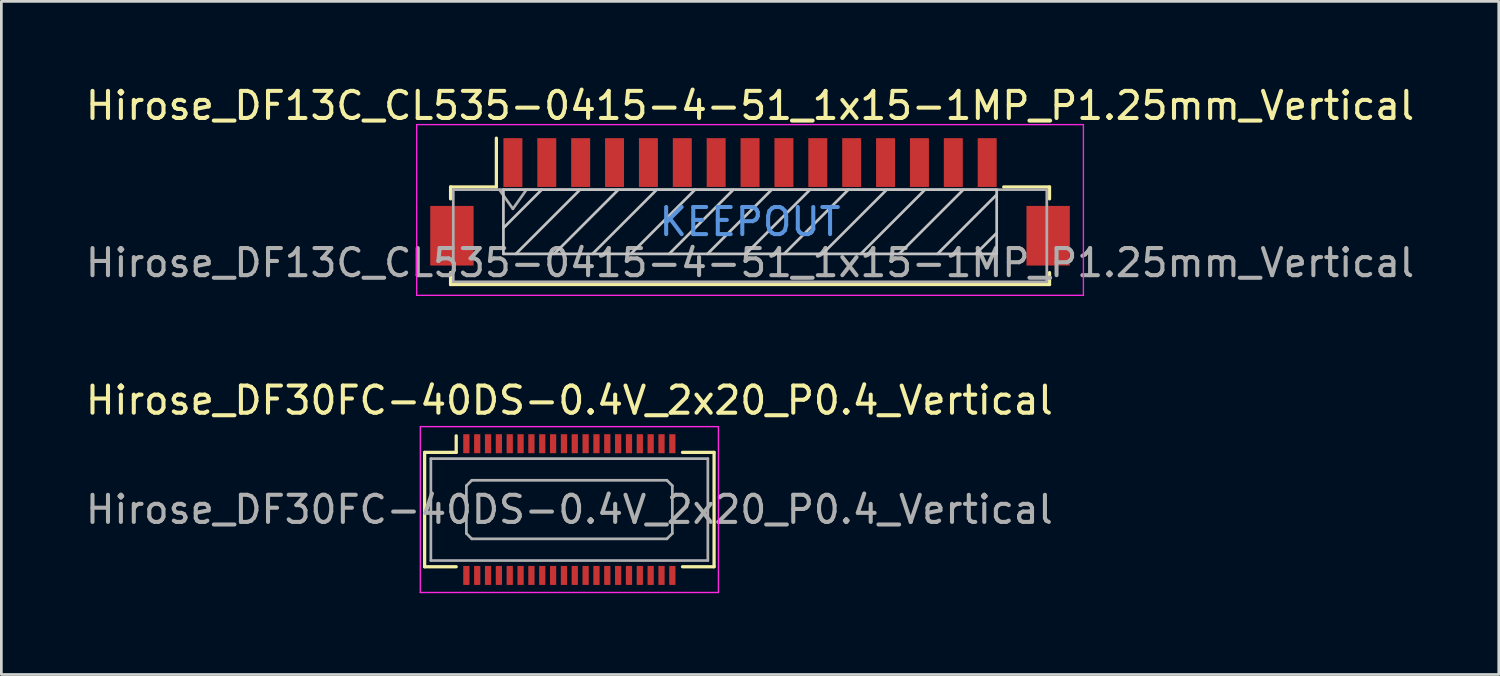
<source format=kicad_pcb>
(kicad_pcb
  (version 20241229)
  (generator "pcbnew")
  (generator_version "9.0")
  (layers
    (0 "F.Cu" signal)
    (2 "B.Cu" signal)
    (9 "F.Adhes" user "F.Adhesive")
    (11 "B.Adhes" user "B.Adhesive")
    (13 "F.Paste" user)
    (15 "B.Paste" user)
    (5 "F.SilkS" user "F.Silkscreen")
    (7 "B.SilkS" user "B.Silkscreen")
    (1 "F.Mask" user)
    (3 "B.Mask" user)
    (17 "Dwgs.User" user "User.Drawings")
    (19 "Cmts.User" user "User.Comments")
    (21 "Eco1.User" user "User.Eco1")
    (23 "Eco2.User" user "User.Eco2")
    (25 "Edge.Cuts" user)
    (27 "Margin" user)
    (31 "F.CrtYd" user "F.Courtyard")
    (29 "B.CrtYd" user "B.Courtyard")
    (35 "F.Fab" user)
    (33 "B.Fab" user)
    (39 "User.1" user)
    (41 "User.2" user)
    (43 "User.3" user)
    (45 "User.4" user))
  (footprint "Hirose_DF13C_CL535-0415-4-51_1x15-1MP_P1.25mm_Vertical"
    (layer "F.Cu")
    (at 24.625 4.398)
    (property "Reference" "Hirose_DF13C_CL535-0415-4-51_1x15-1MP_P1.25mm_Vertical" (at 0 -3.55 0) (layer "F.SilkS") (effects (font (size 1 1) (thickness 0.15))))
    (attr smd)
    (fp_line (start -11.05 -0.55) (end -11.05 -0.11) (stroke (width 0.12) (type solid)) (layer "F.SilkS"))
    (fp_line (start -11.05 2.61) (end -11.05 3.05) (stroke (width 0.12) (type solid)) (layer "F.SilkS"))
    (fp_line (start -11.05 3.05) (end 11.05 3.05) (stroke (width 0.12) (type solid)) (layer "F.SilkS"))
    (fp_line (start -9.36 -0.55) (end -11.05 -0.55) (stroke (width 0.12) (type solid)) (layer "F.SilkS"))
    (fp_line (start -9.36 -0.55) (end -9.36 -2.35) (stroke (width 0.12) (type solid)) (layer "F.SilkS"))
    (fp_line (start 9.36 -0.55) (end 11.05 -0.55) (stroke (width 0.12) (type solid)) (layer "F.SilkS"))
    (fp_line (start 11.05 -0.55) (end 11.05 -0.11) (stroke (width 0.12) (type solid)) (layer "F.SilkS"))
    (fp_line (start 11.05 3.05) (end 11.05 2.61) (stroke (width 0.12) (type solid)) (layer "F.SilkS"))
    (fp_line (start -9.1 -0.45) (end -9.1 1.92) (stroke (width 0.1) (type solid)) (layer "Dwgs.User"))
    (fp_line (start -9.1 1.92) (end 9.1 1.92) (stroke (width 0.1) (type solid)) (layer "Dwgs.User"))
    (fp_line (start -7.686 -0.45) (end -9.1 0.964) (stroke (width 0.1) (type solid)) (layer "Dwgs.User"))
    (fp_line (start -6.272 -0.45) (end -8.642 1.92) (stroke (width 0.1) (type solid)) (layer "Dwgs.User"))
    (fp_line (start -4.857 -0.45) (end -7.227 1.92) (stroke (width 0.1) (type solid)) (layer "Dwgs.User"))
    (fp_line (start -3.443 -0.45) (end -5.813 1.92) (stroke (width 0.1) (type solid)) (layer "Dwgs.User"))
    (fp_line (start -2.029 -0.45) (end -4.399 1.92) (stroke (width 0.1) (type solid)) (layer "Dwgs.User"))
    (fp_line (start -0.615 -0.45) (end -2.985 1.92) (stroke (width 0.1) (type solid)) (layer "Dwgs.User"))
    (fp_line (start 0.799 -0.45) (end -1.571 1.92) (stroke (width 0.1) (type solid)) (layer "Dwgs.User"))
    (fp_line (start 2.214 -0.45) (end -0.156 1.92) (stroke (width 0.1) (type solid)) (layer "Dwgs.User"))
    (fp_line (start 3.628 -0.45) (end 1.258 1.92) (stroke (width 0.1) (type solid)) (layer "Dwgs.User"))
    (fp_line (start 5.042 -0.45) (end 2.672 1.92) (stroke (width 0.1) (type solid)) (layer "Dwgs.User"))
    (fp_line (start 6.456 -0.45) (end 4.086 1.92) (stroke (width 0.1) (type solid)) (layer "Dwgs.User"))
    (fp_line (start 7.871 -0.45) (end 5.501 1.92) (stroke (width 0.1) (type solid)) (layer "Dwgs.User"))
    (fp_line (start 9.1 -0.45) (end -9.1 -0.45) (stroke (width 0.1) (type solid)) (layer "Dwgs.User"))
    (fp_line (start 9.1 -0.265) (end 6.915 1.92) (stroke (width 0.1) (type solid)) (layer "Dwgs.User"))
    (fp_line (start 9.1 1.149) (end 8.329 1.92) (stroke (width 0.1) (type solid)) (layer "Dwgs.User"))
    (fp_line (start 9.1 1.92) (end 9.1 -0.45) (stroke (width 0.1) (type solid)) (layer "Dwgs.User"))
    (fp_line (start -12.3 -2.85) (end -12.3 3.45) (stroke (width 0.05) (type solid)) (layer "F.CrtYd"))
    (fp_line (start -12.3 3.45) (end 12.3 3.45) (stroke (width 0.05) (type solid)) (layer "F.CrtYd"))
    (fp_line (start 12.3 -2.85) (end -12.3 -2.85) (stroke (width 0.05) (type solid)) (layer "F.CrtYd"))
    (fp_line (start 12.3 3.45) (end 12.3 -2.85) (stroke (width 0.05) (type solid)) (layer "F.CrtYd"))
    (fp_line (start -10.95 -0.45) (end -10.95 2.95) (stroke (width 0.1) (type solid)) (layer "F.Fab"))
    (fp_line (start -10.95 2.95) (end 10.95 2.95) (stroke (width 0.1) (type solid)) (layer "F.Fab"))
    (fp_line (start -9.25 -0.45) (end -8.75 0.257) (stroke (width 0.1) (type solid)) (layer "F.Fab"))
    (fp_line (start -8.75 0.257) (end -8.25 -0.45) (stroke (width 0.1) (type solid)) (layer "F.Fab"))
    (fp_line (start 10.95 -0.45) (end -10.95 -0.45) (stroke (width 0.1) (type solid)) (layer "F.Fab"))
    (fp_line (start 10.95 2.95) (end 10.95 -0.45) (stroke (width 0.1) (type solid)) (layer "F.Fab"))
    (fp_text user "KEEPOUT" (at 0 0.735 0) (layer "Cmts.User") (effects (font (size 1 1) (thickness 0.15))))
    (fp_text user "${REFERENCE}" (at 0 2.25 0) (layer "F.Fab") (effects (font (size 1 1) (thickness 0.15))))
    (pad "1" smd rect (at -8.75 -1.45) (size 0.7 1.8) (layers "F.Cu" "F.Mask" "F.Paste"))
    (pad "2" smd rect (at -7.5 -1.45) (size 0.7 1.8) (layers "F.Cu" "F.Mask" "F.Paste"))
    (pad "3" smd rect (at -6.25 -1.45) (size 0.7 1.8) (layers "F.Cu" "F.Mask" "F.Paste"))
    (pad "4" smd rect (at -5 -1.45) (size 0.7 1.8) (layers "F.Cu" "F.Mask" "F.Paste"))
    (pad "5" smd rect (at -3.75 -1.45) (size 0.7 1.8) (layers "F.Cu" "F.Mask" "F.Paste"))
    (pad "6" smd rect (at -2.5 -1.45) (size 0.7 1.8) (layers "F.Cu" "F.Mask" "F.Paste"))
    (pad "7" smd rect (at -1.25 -1.45) (size 0.7 1.8) (layers "F.Cu" "F.Mask" "F.Paste"))
    (pad "8" smd rect (at 0 -1.45) (size 0.7 1.8) (layers "F.Cu" "F.Mask" "F.Paste"))
    (pad "9" smd rect (at 1.25 -1.45) (size 0.7 1.8) (layers "F.Cu" "F.Mask" "F.Paste"))
    (pad "10" smd rect (at 2.5 -1.45) (size 0.7 1.8) (layers "F.Cu" "F.Mask" "F.Paste"))
    (pad "11" smd rect (at 3.75 -1.45) (size 0.7 1.8) (layers "F.Cu" "F.Mask" "F.Paste"))
    (pad "12" smd rect (at 5 -1.45) (size 0.7 1.8) (layers "F.Cu" "F.Mask" "F.Paste"))
    (pad "13" smd rect (at 6.25 -1.45) (size 0.7 1.8) (layers "F.Cu" "F.Mask" "F.Paste"))
    (pad "14" smd rect (at 7.5 -1.45) (size 0.7 1.8) (layers "F.Cu" "F.Mask" "F.Paste"))
    (pad "15" smd rect (at 8.75 -1.45) (size 0.7 1.8) (layers "F.Cu" "F.Mask" "F.Paste"))
    (pad "MP" smd rect (at -11 1.25) (size 1.6 2.2) (layers "F.Cu" "F.Mask" "F.Paste"))
    (pad "MP" smd rect (at 11 1.25) (size 1.6 2.2) (layers "F.Cu" "F.Mask" "F.Paste")))
  (footprint "Hirose_DF30FC-40DS-0.4V_2x20_P0.4_Vertical"
    (layer "F.Cu")
    (at 17.958 15.752)
    (property "Reference" "Hirose_DF30FC-40DS-0.4V_2x20_P0.4_Vertical" (at 0 -4.03 0) (layer "F.SilkS") (effects (font (size 1 1) (thickness 0.15))))
    (attr smd)
    (fp_line (start -5.34 -2.11) (end -5.34 2.11) (stroke (width 0.12) (type solid)) (layer "F.SilkS"))
    (fp_line (start -5.34 2.11) (end -4.175 2.11) (stroke (width 0.12) (type solid)) (layer "F.SilkS"))
    (fp_line (start -4.175 -2.11) (end -5.34 -2.11) (stroke (width 0.12) (type solid)) (layer "F.SilkS"))
    (fp_line (start -4.175 -2.11) (end -4.175 -2.72) (stroke (width 0.12) (type solid)) (layer "F.SilkS"))
    (fp_line (start 4.175 -2.11) (end 5.34 -2.11) (stroke (width 0.12) (type solid)) (layer "F.SilkS"))
    (fp_line (start 5.34 -2.11) (end 5.34 2.11) (stroke (width 0.12) (type solid)) (layer "F.SilkS"))
    (fp_line (start 5.34 2.11) (end 4.175 2.11) (stroke (width 0.12) (type solid)) (layer "F.SilkS"))
    (fp_line (start -5.5 -3.06) (end 5.5 -3.06) (stroke (width 0.05) (type solid)) (layer "F.CrtYd"))
    (fp_line (start -5.5 3.06) (end -5.5 -3.06) (stroke (width 0.05) (type solid)) (layer "F.CrtYd"))
    (fp_line (start 5.5 -3.06) (end 5.5 3.06) (stroke (width 0.05) (type solid)) (layer "F.CrtYd"))
    (fp_line (start 5.5 3.06) (end -5.5 3.06) (stroke (width 0.05) (type solid)) (layer "F.CrtYd"))
    (fp_line (start -5.11 -1.88) (end -5.11 1.88) (stroke (width 0.1) (type solid)) (layer "F.Fab"))
    (fp_line (start -5.11 1.88) (end 5.11 1.88) (stroke (width 0.1) (type solid)) (layer "F.Fab"))
    (fp_line (start -3.8 -0.88) (end -3.6 -1.08) (stroke (width 0.1) (type solid)) (layer "F.Fab"))
    (fp_line (start -3.8 0.88) (end -3.8 -0.88) (stroke (width 0.1) (type solid)) (layer "F.Fab"))
    (fp_line (start -3.6 -1.08) (end 3.6 -1.08) (stroke (width 0.1) (type solid)) (layer "F.Fab"))
    (fp_line (start -3.6 1.08) (end -3.8 0.88) (stroke (width 0.1) (type solid)) (layer "F.Fab"))
    (fp_line (start 3.6 -1.08) (end 3.8 -0.88) (stroke (width 0.1) (type solid)) (layer "F.Fab"))
    (fp_line (start 3.6 1.08) (end -3.6 1.08) (stroke (width 0.1) (type solid)) (layer "F.Fab"))
    (fp_line (start 3.8 -0.88) (end 3.8 0.88) (stroke (width 0.1) (type solid)) (layer "F.Fab"))
    (fp_line (start 3.8 0.88) (end 3.6 1.08) (stroke (width 0.1) (type solid)) (layer "F.Fab"))
    (fp_line (start 5.11 -1.88) (end -5.11 -1.88) (stroke (width 0.1) (type solid)) (layer "F.Fab"))
    (fp_line (start 5.11 1.88) (end 5.11 -1.88) (stroke (width 0.1) (type solid)) (layer "F.Fab"))
    (fp_text user "${REFERENCE}" (at 0 0 0) (layer "F.Fab") (effects (font (size 1 1) (thickness 0.15))))
    (pad "1" smd rect (at -3.8 -2.43) (size 0.23 0.7) (layers "F.Cu" "F.Mask" "F.Paste"))
    (pad "2" smd rect (at -3.8 2.43) (size 0.23 0.7) (layers "F.Cu" "F.Mask" "F.Paste"))
    (pad "3" smd rect (at -3.4 -2.43) (size 0.23 0.7) (layers "F.Cu" "F.Mask" "F.Paste"))
    (pad "4" smd rect (at -3.4 2.43) (size 0.23 0.7) (layers "F.Cu" "F.Mask" "F.Paste"))
    (pad "5" smd rect (at -3 -2.43) (size 0.23 0.7) (layers "F.Cu" "F.Mask" "F.Paste"))
    (pad "6" smd rect (at -3 2.43) (size 0.23 0.7) (layers "F.Cu" "F.Mask" "F.Paste"))
    (pad "7" smd rect (at -2.6 -2.43) (size 0.23 0.7) (layers "F.Cu" "F.Mask" "F.Paste"))
    (pad "8" smd rect (at -2.6 2.43) (size 0.23 0.7) (layers "F.Cu" "F.Mask" "F.Paste"))
    (pad "9" smd rect (at -2.2 -2.43) (size 0.23 0.7) (layers "F.Cu" "F.Mask" "F.Paste"))
    (pad "10" smd rect (at -2.2 2.43) (size 0.23 0.7) (layers "F.Cu" "F.Mask" "F.Paste"))
    (pad "11" smd rect (at -1.8 -2.43) (size 0.23 0.7) (layers "F.Cu" "F.Mask" "F.Paste"))
    (pad "12" smd rect (at -1.8 2.43) (size 0.23 0.7) (layers "F.Cu" "F.Mask" "F.Paste"))
    (pad "13" smd rect (at -1.4 -2.43) (size 0.23 0.7) (layers "F.Cu" "F.Mask" "F.Paste"))
    (pad "14" smd rect (at -1.4 2.43) (size 0.23 0.7) (layers "F.Cu" "F.Mask" "F.Paste"))
    (pad "15" smd rect (at -1 -2.43) (size 0.23 0.7) (layers "F.Cu" "F.Mask" "F.Paste"))
    (pad "16" smd rect (at -1 2.43) (size 0.23 0.7) (layers "F.Cu" "F.Mask" "F.Paste"))
    (pad "17" smd rect (at -0.6 -2.43) (size 0.23 0.7) (layers "F.Cu" "F.Mask" "F.Paste"))
    (pad "18" smd rect (at -0.6 2.43) (size 0.23 0.7) (layers "F.Cu" "F.Mask" "F.Paste"))
    (pad "19" smd rect (at -0.2 -2.43) (size 0.23 0.7) (layers "F.Cu" "F.Mask" "F.Paste"))
    (pad "20" smd rect (at -0.2 2.43) (size 0.23 0.7) (layers "F.Cu" "F.Mask" "F.Paste"))
    (pad "21" smd rect (at 0.2 -2.43) (size 0.23 0.7) (layers "F.Cu" "F.Mask" "F.Paste"))
    (pad "22" smd rect (at 0.2 2.43) (size 0.23 0.7) (layers "F.Cu" "F.Mask" "F.Paste"))
    (pad "23" smd rect (at 0.6 -2.43) (size 0.23 0.7) (layers "F.Cu" "F.Mask" "F.Paste"))
    (pad "24" smd rect (at 0.6 2.43) (size 0.23 0.7) (layers "F.Cu" "F.Mask" "F.Paste"))
    (pad "25" smd rect (at 1 -2.43) (size 0.23 0.7) (layers "F.Cu" "F.Mask" "F.Paste"))
    (pad "26" smd rect (at 1 2.43) (size 0.23 0.7) (layers "F.Cu" "F.Mask" "F.Paste"))
    (pad "27" smd rect (at 1.4 -2.43) (size 0.23 0.7) (layers "F.Cu" "F.Mask" "F.Paste"))
    (pad "28" smd rect (at 1.4 2.43) (size 0.23 0.7) (layers "F.Cu" "F.Mask" "F.Paste"))
    (pad "29" smd rect (at 1.8 -2.43) (size 0.23 0.7) (layers "F.Cu" "F.Mask" "F.Paste"))
    (pad "30" smd rect (at 1.8 2.43) (size 0.23 0.7) (layers "F.Cu" "F.Mask" "F.Paste"))
    (pad "31" smd rect (at 2.2 -2.43) (size 0.23 0.7) (layers "F.Cu" "F.Mask" "F.Paste"))
    (pad "32" smd rect (at 2.2 2.43) (size 0.23 0.7) (layers "F.Cu" "F.Mask" "F.Paste"))
    (pad "33" smd rect (at 2.6 -2.43) (size 0.23 0.7) (layers "F.Cu" "F.Mask" "F.Paste"))
    (pad "34" smd rect (at 2.6 2.43) (size 0.23 0.7) (layers "F.Cu" "F.Mask" "F.Paste"))
    (pad "35" smd rect (at 3 -2.43) (size 0.23 0.7) (layers "F.Cu" "F.Mask" "F.Paste"))
    (pad "36" smd rect (at 3 2.43) (size 0.23 0.7) (layers "F.Cu" "F.Mask" "F.Paste"))
    (pad "37" smd rect (at 3.4 -2.43) (size 0.23 0.7) (layers "F.Cu" "F.Mask" "F.Paste"))
    (pad "38" smd rect (at 3.4 2.43) (size 0.23 0.7) (layers "F.Cu" "F.Mask" "F.Paste"))
    (pad "39" smd rect (at 3.8 -2.43) (size 0.23 0.7) (layers "F.Cu" "F.Mask" "F.Paste"))
    (pad "40" smd rect (at 3.8 2.43) (size 0.23 0.7) (layers "F.Cu" "F.Mask" "F.Paste")))
  (gr_rect
    (start -3 -3)
    (end 52.25 21.837)
    (stroke (width 0.1) (type default))
    (fill no)
    (layer "Edge.Cuts")))
</source>
